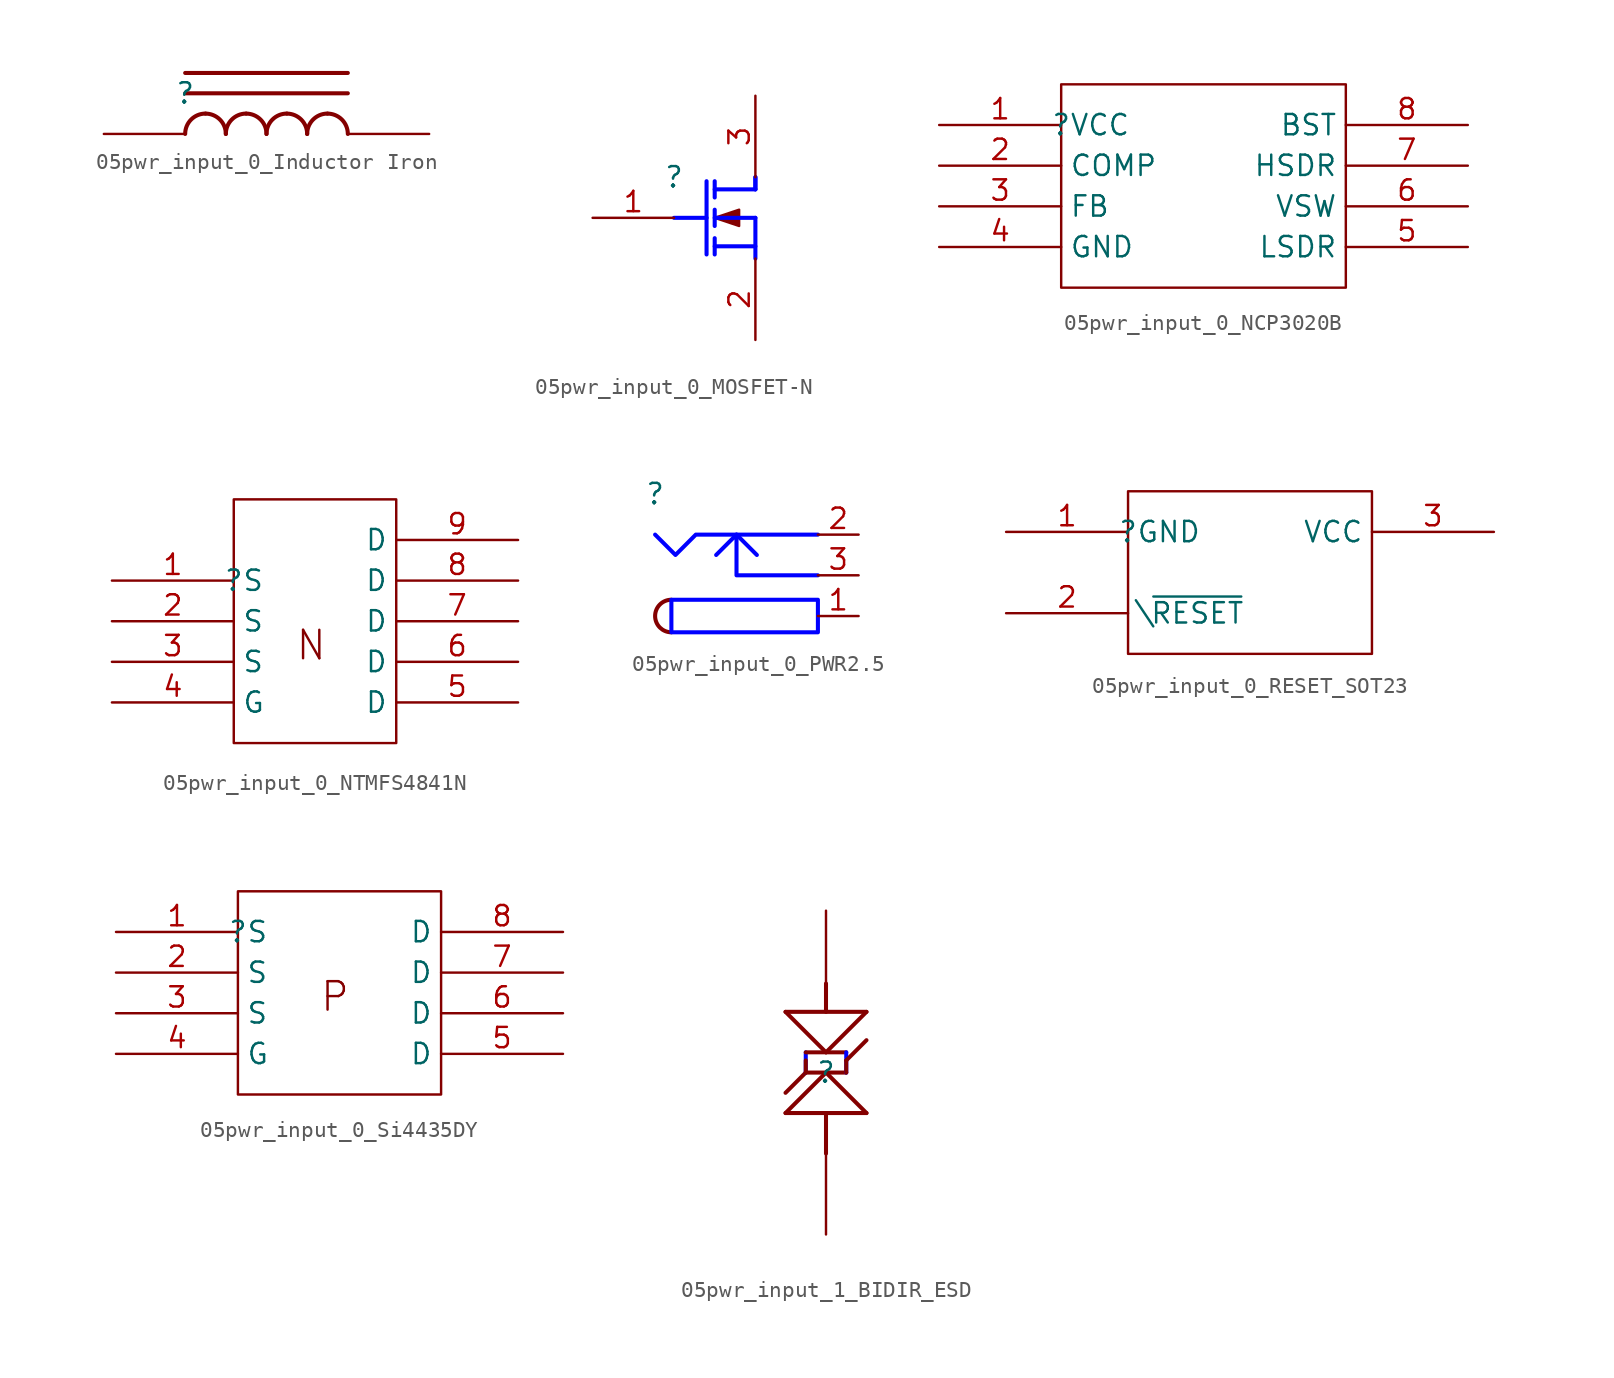
<source format=kicad_sym>
(kicad_symbol_lib
  (version 20220914)
  (generator kicad_symbol_editor)
  (symbol "05pwr_input_0_Inductor Iron"
    (property "Reference" ""
      (at 0 0 0)
      (effects (font (size 1.27 1.27))))
    (property "Value" ""
      (at 0 0 0)
      (effects (font (size 1.27 1.27))))
    (symbol "05pwr_input_0_Inductor Iron_1_0"
      (polyline (pts (xy 0 0) (xy 10.16 0)) (stroke (width 0.254) (type solid)) (fill (type none)))
      (polyline (pts (xy 10.16 1.27) (xy 0 1.27)) (stroke (width 0.254) (type solid)) (fill (type none)))
      (arc (start 1.27 -1.27) (mid 0.372 -1.642) (end 0 -2.54) (stroke (width 0.254) (type solid)) (fill (type none)))
      (arc (start 2.54 -2.54) (mid 2.168 -1.642) (end 1.27 -1.27) (stroke (width 0.254) (type solid)) (fill (type none)))
      (arc (start 3.81 -1.27) (mid 2.912 -1.642) (end 2.54 -2.54) (stroke (width 0.254) (type solid)) (fill (type none)))
      (arc (start 5.08 -2.54) (mid 4.708 -1.642) (end 3.81 -1.27) (stroke (width 0.254) (type solid)) (fill (type none)))
      (arc (start 6.35 -1.27) (mid 5.452 -1.642) (end 5.08 -2.54) (stroke (width 0.254) (type solid)) (fill (type none)))
      (arc (start 7.62 -2.54) (mid 7.248 -1.642) (end 6.35 -1.27) (stroke (width 0.254) (type solid)) (fill (type none)))
      (arc (start 8.89 -1.27) (mid 7.992 -1.642) (end 7.62 -2.54) (stroke (width 0.254) (type solid)) (fill (type none)))
      (arc (start 10.16 -2.54) (mid 9.788 -1.642) (end 8.89 -1.27) (stroke (width 0.254) (type solid)) (fill (type none)))
      (pin passive line (at -5.08 -2.54 0) (length 5.08) (name "1" (effects (font (size 0 0)))) (number "1" (effects (font (size 0 0)))))
      (pin passive line (at 15.24 -2.54 180) (length 5.08) (name "2" (effects (font (size 0 0)))) (number "2" (effects (font (size 0 0)))))))
  (symbol "05pwr_input_0_MOSFET-N"
    (property "Reference" ""
      (at 0 0 0)
      (effects (font (size 1.27 1.27))))
    (property "Value" ""
      (at 0 0 0)
      (effects (font (size 1.27 1.27))))
    (symbol "05pwr_input_0_MOSFET-N_1_0"
      (polyline (pts (xy 0 -2.54) (xy 2.032 -2.54)) (stroke (width 0.254) (type solid) (color 0 0 255 1)) (fill (type none)))
      (polyline (pts (xy 2.032 -0.254) (xy 2.032 -4.826)) (stroke (width 0.254) (type solid) (color 0 0 255 1)) (fill (type none)))
      (polyline (pts (xy 2.54 -4.826) (xy 2.54 -3.81)) (stroke (width 0.254) (type solid) (color 0 0 255 1)) (fill (type none)))
      (polyline (pts (xy 2.54 -3.048) (xy 2.54 -2.032)) (stroke (width 0.254) (type solid) (color 0 0 255 1)) (fill (type none)))
      (polyline (pts (xy 2.54 -0.254) (xy 2.54 -1.27)) (stroke (width 0.254) (type solid) (color 0 0 255 1)) (fill (type none)))
      (polyline (pts (xy 5.08 -4.318) (xy 2.54 -4.318)) (stroke (width 0.254) (type solid) (color 0 0 255 1)) (fill (type none)))
      (polyline (pts (xy 5.08 -2.54) (xy 2.54 -2.54)) (stroke (width 0.254) (type solid) (color 0 0 255 1)) (fill (type none)))
      (polyline (pts (xy 5.08 -2.54) (xy 5.08 -5.08)) (stroke (width 0.254) (type solid) (color 0 0 255 1)) (fill (type none)))
      (polyline (pts (xy 5.08 -0.762) (xy 2.54 -0.762)) (stroke (width 0.254) (type solid) (color 0 0 255 1)) (fill (type none)))
      (polyline (pts (xy 5.08 -0.762) (xy 5.08 0)) (stroke (width 0.254) (type solid) (color 0 0 255 1)) (fill (type none)))
      (polyline (pts (xy 5.08 -0.762) (xy 5.08 0)) (stroke (width 0.254) (type solid) (color 0 0 255 1)) (fill (type none)))
      (polyline (pts (xy 2.54 -2.54) (xy 4.064 -3.048) (xy 4.064 -2.032) (xy 2.54 -2.54)) (stroke (width 0) (type solid)) (fill (type outline)))
      (pin passive line (at -5.08 -2.54 0) (length 5.08) (name "G" (effects (font (size 0 0)))) (number "1" (effects (font (size 1.27 1.27)))))
      (pin passive line (at 5.08 -10.16 90) (length 5.08) (name "S" (effects (font (size 0 0)))) (number "2" (effects (font (size 1.27 1.27)))))
      (pin passive line (at 5.08 5.08 270) (length 5.08) (name "D" (effects (font (size 0 0)))) (number "3" (effects (font (size 1.27 1.27)))))))
  (symbol "05pwr_input_0_NCP3020B"
    (property "Reference" ""
      (at 0 0 0)
      (effects (font (size 1.27 1.27))))
    (property "Value" ""
      (at 0 0 0)
      (effects (font (size 1.27 1.27))))
    (symbol "05pwr_input_0_NCP3020B_1_0"
      (rectangle (start 17.78 2.54) (end 0 -10.16) (stroke (width 0) (type solid)) (fill (type none)))
      (pin power_in line (at -7.62 0 0) (length 7.62) (name "VCC" (effects (font (size 1.27 1.27)))) (number "1" (effects (font (size 1.27 1.27)))))
      (pin passive line (at -7.62 -2.54 0) (length 7.62) (name "COMP" (effects (font (size 1.27 1.27)))) (number "2" (effects (font (size 1.27 1.27)))))
      (pin passive line (at -7.62 -5.08 0) (length 7.62) (name "FB" (effects (font (size 1.27 1.27)))) (number "3" (effects (font (size 1.27 1.27)))))
      (pin power_in line (at -7.62 -7.62 0) (length 7.62) (name "GND" (effects (font (size 1.27 1.27)))) (number "4" (effects (font (size 1.27 1.27)))))
      (pin output line (at 25.4 -7.62 180) (length 7.62) (name "LSDR" (effects (font (size 1.27 1.27)))) (number "5" (effects (font (size 1.27 1.27)))))
      (pin passive line (at 25.4 -5.08 180) (length 7.62) (name "VSW" (effects (font (size 1.27 1.27)))) (number "6" (effects (font (size 1.27 1.27)))))
      (pin output line (at 25.4 -2.54 180) (length 7.62) (name "HSDR" (effects (font (size 1.27 1.27)))) (number "7" (effects (font (size 1.27 1.27)))))
      (pin passive line (at 25.4 0 180) (length 7.62) (name "BST" (effects (font (size 1.27 1.27)))) (number "8" (effects (font (size 1.27 1.27)))))))
  (symbol "05pwr_input_0_NTMFS4841N"
    (property "Reference" ""
      (at 0 0 0)
      (effects (font (size 1.27 1.27))))
    (property "Value" ""
      (at 0 0 0)
      (effects (font (size 1.27 1.27))))
    (symbol "05pwr_input_0_NTMFS4841N_1_0"
      (rectangle (start 10.16 5.08) (end 0 -10.16) (stroke (width 0) (type solid)) (fill (type none)))
      (text "N" (at 3.81 -5.08 0) (effects (font (size 1.778 1.778)) (justify left bottom)))
      (pin passive line (at -7.62 0 0) (length 7.62) (name "S" (effects (font (size 1.27 1.27)))) (number "1" (effects (font (size 1.27 1.27)))))
      (pin passive line (at -7.62 -2.54 0) (length 7.62) (name "S" (effects (font (size 1.27 1.27)))) (number "2" (effects (font (size 1.27 1.27)))))
      (pin passive line (at -7.62 -5.08 0) (length 7.62) (name "S" (effects (font (size 1.27 1.27)))) (number "3" (effects (font (size 1.27 1.27)))))
      (pin passive line (at -7.62 -7.62 0) (length 7.62) (name "G" (effects (font (size 1.27 1.27)))) (number "4" (effects (font (size 1.27 1.27)))))
      (pin passive line (at 17.78 -7.62 180) (length 7.62) (name "D" (effects (font (size 1.27 1.27)))) (number "5" (effects (font (size 1.27 1.27)))))
      (pin passive line (at 17.78 -5.08 180) (length 7.62) (name "D" (effects (font (size 1.27 1.27)))) (number "6" (effects (font (size 1.27 1.27)))))
      (pin passive line (at 17.78 -2.54 180) (length 7.62) (name "D" (effects (font (size 1.27 1.27)))) (number "7" (effects (font (size 1.27 1.27)))))
      (pin passive line (at 17.78 0 180) (length 7.62) (name "D" (effects (font (size 1.27 1.27)))) (number "8" (effects (font (size 1.27 1.27)))))
      (pin passive line (at 17.78 2.54 180) (length 7.62) (name "D" (effects (font (size 1.27 1.27)))) (number "9" (effects (font (size 1.27 1.27)))))))
  (symbol "05pwr_input_0_PWR2.5"
    (property "Reference" ""
      (at 0 0 0)
      (effects (font (size 1.27 1.27))))
    (property "Value" ""
      (at 0 0 0)
      (effects (font (size 1.27 1.27))))
    (symbol "05pwr_input_0_PWR2.5_1_0"
      (polyline (pts (xy 5.08 -2.54) (xy 6.35 -3.81)) (stroke (width 0.254) (type solid) (color 0 0 255 1)) (fill (type none)))
      (polyline (pts (xy 10.16 -5.08) (xy 5.08 -5.08) (xy 5.08 -2.54) (xy 3.81 -3.81)) (stroke (width 0.254) (type solid) (color 0 0 255 1)) (fill (type none)))
      (polyline (pts (xy 10.16 -2.54) (xy 2.54 -2.54) (xy 1.27 -3.81) (xy 0 -2.54)) (stroke (width 0.254) (type solid) (color 0 0 255 1)) (fill (type none)))
      (polyline (pts (xy 10.16 -8.636) (xy 1.016 -8.636) (xy 1.016 -6.604) (xy 10.16 -6.604) (xy 10.16 -8.636)) (stroke (width 0.254) (type solid) (color 0 0 255 1)) (fill (type none)))
      (arc (start 1.016 -6.604) (mid 0 -7.62) (end 1.016 -8.636) (stroke (width 0.254) (type solid)) (fill (type none)))
      (pin power_in line (at 12.7 -7.62 180) (length 2.54) (name "" (effects (font (size 0 0)))) (number "1" (effects (font (size 1.27 1.27)))))
      (pin power_in line (at 12.7 -2.54 180) (length 2.54) (name "" (effects (font (size 0 0)))) (number "2" (effects (font (size 1.27 1.27)))))
      (pin power_in line (at 12.7 -5.08 180) (length 2.54) (name "" (effects (font (size 0 0)))) (number "3" (effects (font (size 1.27 1.27)))))))
  (symbol "05pwr_input_0_RESET_SOT23"
    (property "Reference" ""
      (at 0 0 0)
      (effects (font (size 1.27 1.27))))
    (property "Value" ""
      (at 0 0 0)
      (effects (font (size 1.27 1.27))))
    (symbol "05pwr_input_0_RESET_SOT23_1_0"
      (rectangle (start 15.24 2.54) (end 0 -7.62) (stroke (width 0) (type solid)) (fill (type none)))
      (pin power_in line (at -7.62 0 0) (length 7.62) (name "GND" (effects (font (size 1.27 1.27)))) (number "1" (effects (font (size 1.27 1.27)))))
      (pin open_collector line (at -7.62 -5.08 0) (length 7.62) (name "\\~{RESET}" (effects (font (size 1.27 1.27)))) (number "2" (effects (font (size 1.27 1.27)))))
      (pin power_in line (at 22.86 0 180) (length 7.62) (name "VCC" (effects (font (size 1.27 1.27)))) (number "3" (effects (font (size 1.27 1.27)))))))
  (symbol "05pwr_input_0_Si4435DY"
    (property "Reference" ""
      (at 0 0 0)
      (effects (font (size 1.27 1.27))))
    (property "Value" ""
      (at 0 0 0)
      (effects (font (size 1.27 1.27))))
    (symbol "05pwr_input_0_Si4435DY_1_0"
      (rectangle (start 12.7 2.54) (end 0 -10.16) (stroke (width 0) (type solid)) (fill (type none)))
      (text "P" (at 5.08 -5.08 0) (effects (font (size 1.778 1.778)) (justify left bottom)))
      (pin passive line (at -7.62 0 0) (length 7.62) (name "S" (effects (font (size 1.27 1.27)))) (number "1" (effects (font (size 1.27 1.27)))))
      (pin passive line (at -7.62 -2.54 0) (length 7.62) (name "S" (effects (font (size 1.27 1.27)))) (number "2" (effects (font (size 1.27 1.27)))))
      (pin passive line (at -7.62 -5.08 0) (length 7.62) (name "S" (effects (font (size 1.27 1.27)))) (number "3" (effects (font (size 1.27 1.27)))))
      (pin passive line (at -7.62 -7.62 0) (length 7.62) (name "G" (effects (font (size 1.27 1.27)))) (number "4" (effects (font (size 1.27 1.27)))))
      (pin passive line (at 20.32 -7.62 180) (length 7.62) (name "D" (effects (font (size 1.27 1.27)))) (number "5" (effects (font (size 1.27 1.27)))))
      (pin passive line (at 20.32 -5.08 180) (length 7.62) (name "D" (effects (font (size 1.27 1.27)))) (number "6" (effects (font (size 1.27 1.27)))))
      (pin passive line (at 20.32 -2.54 180) (length 7.62) (name "D" (effects (font (size 1.27 1.27)))) (number "7" (effects (font (size 1.27 1.27)))))
      (pin passive line (at 20.32 0 180) (length 7.62) (name "D" (effects (font (size 1.27 1.27)))) (number "8" (effects (font (size 1.27 1.27)))))))
  (symbol "05pwr_input_1_BIDIR_ESD"
    (property "Reference" ""
      (at 0 0 0)
      (effects (font (size 1.27 1.27))))
    (property "Value" ""
      (at 0 0 0)
      (effects (font (size 1.27 1.27))))
    (symbol "05pwr_input_1_BIDIR_ESD_1_0"
      (polyline (pts (xy -2.54 -2.54) (xy 2.54 -2.54)) (stroke (width 0.254) (type solid)) (fill (type none)))
      (polyline (pts (xy -2.54 -1.27) (xy -1.27 0)) (stroke (width 0.254) (type solid)) (fill (type none)))
      (polyline (pts (xy -2.54 3.81) (xy 0 1.27)) (stroke (width 0.254) (type solid)) (fill (type none)))
      (polyline (pts (xy -1.27 0) (xy 1.27 0)) (stroke (width 0.254) (type solid)) (fill (type none)))
      (polyline (pts (xy -1.27 0.762) (xy -1.27 0)) (stroke (width 0.254) (type solid)) (fill (type none)))
      (polyline (pts (xy -1.27 1.27) (xy -1.27 0)) (stroke (width 0.254) (type solid) (color 0 0 255 1)) (fill (type none)))
      (polyline (pts (xy 0 -5.08) (xy 0 -2.54)) (stroke (width 0.254) (type solid)) (fill (type none)))
      (polyline (pts (xy 0 0) (xy -2.54 -2.54)) (stroke (width 0.254) (type solid)) (fill (type none)))
      (polyline (pts (xy 0 1.27) (xy 2.54 3.81)) (stroke (width 0.254) (type solid)) (fill (type none)))
      (polyline (pts (xy 0 3.81) (xy 0 5.588)) (stroke (width 0.254) (type solid)) (fill (type none)))
      (polyline (pts (xy 1.27 0) (xy 1.27 0.762)) (stroke (width 0.254) (type solid)) (fill (type none)))
      (polyline (pts (xy 1.27 0.762) (xy 2.54 2.032)) (stroke (width 0.254) (type solid)) (fill (type none)))
      (polyline (pts (xy 1.27 1.27) (xy -1.27 1.27)) (stroke (width 0.254) (type solid)) (fill (type none)))
      (polyline (pts (xy 1.27 1.27) (xy 1.27 0)) (stroke (width 0.254) (type solid) (color 0 0 255 1)) (fill (type none)))
      (polyline (pts (xy 2.54 -2.54) (xy 0 0)) (stroke (width 0.254) (type solid)) (fill (type none)))
      (polyline (pts (xy 2.54 3.81) (xy -2.54 3.81)) (stroke (width 0.254) (type solid)) (fill (type none)))
      (pin passive line (at 0 -10.16 90) (length 5.08) (name "A" (effects (font (size 0 0)))) (number "1" (effects (font (size 0 0)))))
      (pin passive line (at 0 10.16 270) (length 5.08) (name "K" (effects (font (size 0 0)))) (number "2" (effects (font (size 0 0))))))))
</source>
